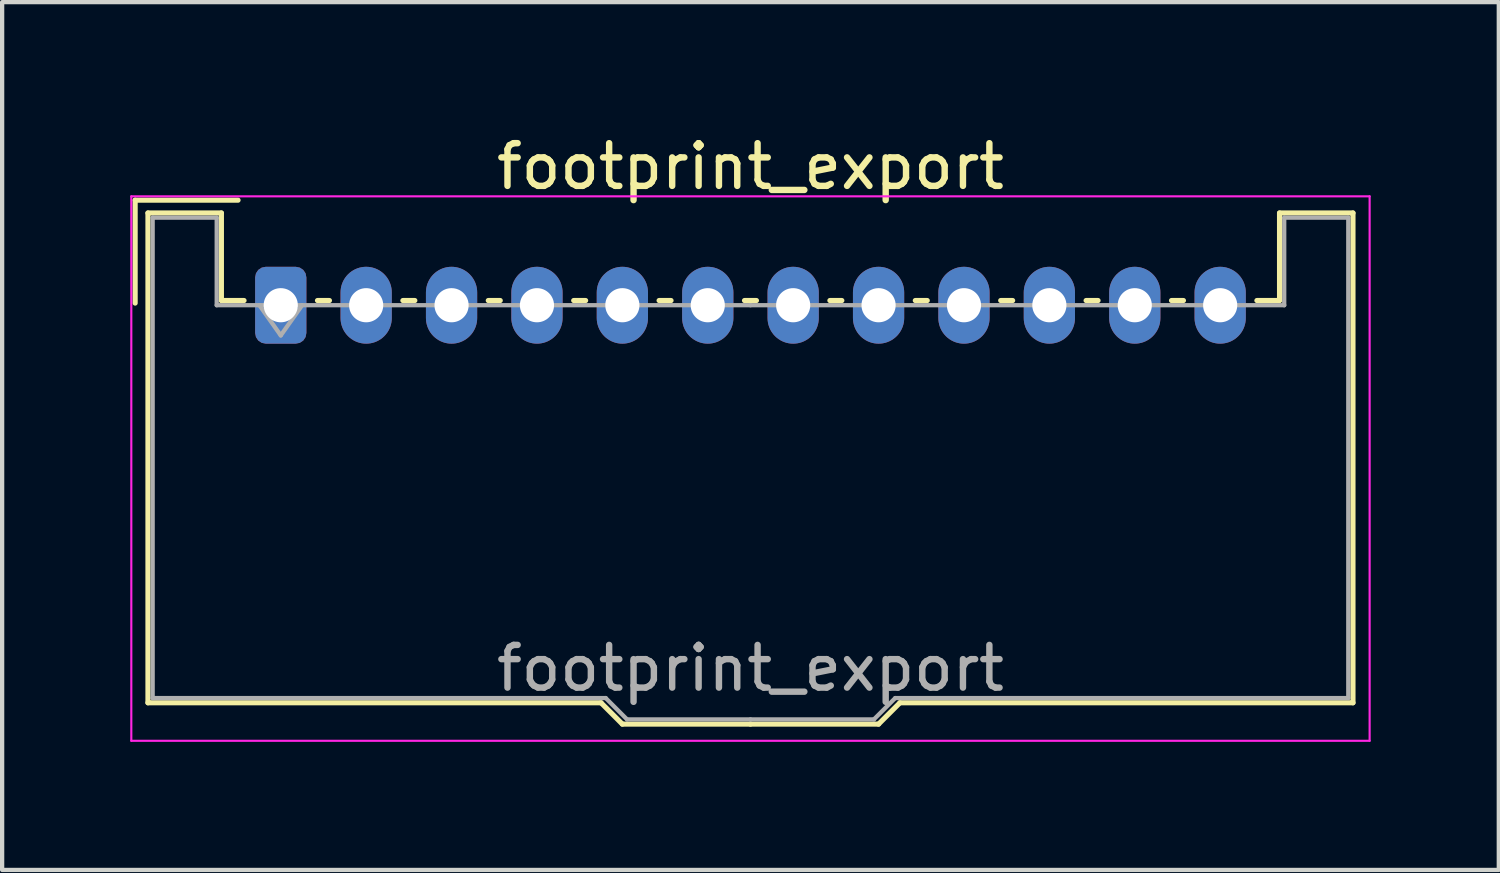
<source format=kicad_pcb>
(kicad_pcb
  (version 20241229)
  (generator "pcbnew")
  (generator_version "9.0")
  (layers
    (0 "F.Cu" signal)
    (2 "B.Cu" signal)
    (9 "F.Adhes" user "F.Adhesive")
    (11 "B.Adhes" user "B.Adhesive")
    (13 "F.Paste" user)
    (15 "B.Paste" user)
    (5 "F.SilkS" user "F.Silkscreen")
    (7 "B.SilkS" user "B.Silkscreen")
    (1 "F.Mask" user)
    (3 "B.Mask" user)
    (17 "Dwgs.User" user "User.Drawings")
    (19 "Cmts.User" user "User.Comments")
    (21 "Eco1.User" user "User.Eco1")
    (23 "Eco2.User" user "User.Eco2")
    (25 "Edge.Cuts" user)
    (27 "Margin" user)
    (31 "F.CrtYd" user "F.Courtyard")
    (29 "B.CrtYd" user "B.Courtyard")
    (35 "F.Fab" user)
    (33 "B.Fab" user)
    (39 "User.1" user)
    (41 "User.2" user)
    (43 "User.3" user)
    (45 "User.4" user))
  (footprint "footprint_export"
    (layer "F.Cu")
    (at 3.525 4.098)
    (property "Reference" "footprint_export" (at 11 -3.25 0) (layer "F.SilkS") (effects (font (size 1 1) (thickness 0.15))))
    (attr through_hole)
    (fp_line (start -3.41 -2.46) (end -1 -2.46) (stroke (width 0.12) (type solid)) (layer "F.SilkS"))
    (fp_line (start -3.41 -0.05) (end -3.41 -2.46) (stroke (width 0.12) (type solid)) (layer "F.SilkS"))
    (fp_line (start -3.11 -2.16) (end -1.39 -2.16) (stroke (width 0.12) (type solid)) (layer "F.SilkS"))
    (fp_line (start -3.11 9.31) (end -3.11 -2.16) (stroke (width 0.12) (type solid)) (layer "F.SilkS"))
    (fp_line (start -1.39 -2.16) (end -1.39 -0.11) (stroke (width 0.12) (type solid)) (layer "F.SilkS"))
    (fp_line (start -1.39 -0.11) (end -0.86 -0.11) (stroke (width 0.12) (type solid)) (layer "F.SilkS"))
    (fp_line (start 0.86 -0.11) (end 1.14 -0.11) (stroke (width 0.12) (type solid)) (layer "F.SilkS"))
    (fp_line (start 2.86 -0.11) (end 3.14 -0.11) (stroke (width 0.12) (type solid)) (layer "F.SilkS"))
    (fp_line (start 4.86 -0.11) (end 5.14 -0.11) (stroke (width 0.12) (type solid)) (layer "F.SilkS"))
    (fp_line (start 6.86 -0.11) (end 7.14 -0.11) (stroke (width 0.12) (type solid)) (layer "F.SilkS"))
    (fp_line (start 7.5 9.31) (end -3.11 9.31) (stroke (width 0.12) (type solid)) (layer "F.SilkS"))
    (fp_line (start 8 9.81) (end 7.5 9.31) (stroke (width 0.12) (type solid)) (layer "F.SilkS"))
    (fp_line (start 8.86 -0.11) (end 9.14 -0.11) (stroke (width 0.12) (type solid)) (layer "F.SilkS"))
    (fp_line (start 10.86 -0.11) (end 11.14 -0.11) (stroke (width 0.12) (type solid)) (layer "F.SilkS"))
    (fp_line (start 11 9.81) (end 8 9.81) (stroke (width 0.12) (type solid)) (layer "F.SilkS"))
    (fp_line (start 11 9.81) (end 14 9.81) (stroke (width 0.12) (type solid)) (layer "F.SilkS"))
    (fp_line (start 12.86 -0.11) (end 13.14 -0.11) (stroke (width 0.12) (type solid)) (layer "F.SilkS"))
    (fp_line (start 14 9.81) (end 14.5 9.31) (stroke (width 0.12) (type solid)) (layer "F.SilkS"))
    (fp_line (start 14.5 9.31) (end 25.11 9.31) (stroke (width 0.12) (type solid)) (layer "F.SilkS"))
    (fp_line (start 14.86 -0.11) (end 15.14 -0.11) (stroke (width 0.12) (type solid)) (layer "F.SilkS"))
    (fp_line (start 16.86 -0.11) (end 17.14 -0.11) (stroke (width 0.12) (type solid)) (layer "F.SilkS"))
    (fp_line (start 18.86 -0.11) (end 19.14 -0.11) (stroke (width 0.12) (type solid)) (layer "F.SilkS"))
    (fp_line (start 20.86 -0.11) (end 21.14 -0.11) (stroke (width 0.12) (type solid)) (layer "F.SilkS"))
    (fp_line (start 23.39 -2.16) (end 23.39 -0.11) (stroke (width 0.12) (type solid)) (layer "F.SilkS"))
    (fp_line (start 23.39 -0.11) (end 22.86 -0.11) (stroke (width 0.12) (type solid)) (layer "F.SilkS"))
    (fp_line (start 25.11 -2.16) (end 23.39 -2.16) (stroke (width 0.12) (type solid)) (layer "F.SilkS"))
    (fp_line (start 25.11 9.31) (end 25.11 -2.16) (stroke (width 0.12) (type solid)) (layer "F.SilkS"))
    (fp_line (start -3.5 -2.55) (end -3.5 10.2) (stroke (width 0.05) (type solid)) (layer "F.CrtYd"))
    (fp_line (start -3.5 10.2) (end 25.5 10.2) (stroke (width 0.05) (type solid)) (layer "F.CrtYd"))
    (fp_line (start 25.5 -2.55) (end -3.5 -2.55) (stroke (width 0.05) (type solid)) (layer "F.CrtYd"))
    (fp_line (start 25.5 10.2) (end 25.5 -2.55) (stroke (width 0.05) (type solid)) (layer "F.CrtYd"))
    (fp_line (start -3 -2.05) (end -1.5 -2.05) (stroke (width 0.1) (type solid)) (layer "F.Fab"))
    (fp_line (start -3 9.2) (end -3 -2.05) (stroke (width 0.1) (type solid)) (layer "F.Fab"))
    (fp_line (start -1.5 -2.05) (end -1.5 0) (stroke (width 0.1) (type solid)) (layer "F.Fab"))
    (fp_line (start -1.5 0) (end 11 0) (stroke (width 0.1) (type solid)) (layer "F.Fab"))
    (fp_line (start -0.5 0) (end 0 0.707) (stroke (width 0.1) (type solid)) (layer "F.Fab"))
    (fp_line (start 0 0.707) (end 0.5 0) (stroke (width 0.1) (type solid)) (layer "F.Fab"))
    (fp_line (start 7.61 9.2) (end -3 9.2) (stroke (width 0.1) (type solid)) (layer "F.Fab"))
    (fp_line (start 8.11 9.7) (end 7.61 9.2) (stroke (width 0.1) (type solid)) (layer "F.Fab"))
    (fp_line (start 11 9.7) (end 8.11 9.7) (stroke (width 0.1) (type solid)) (layer "F.Fab"))
    (fp_line (start 11 9.7) (end 13.89 9.7) (stroke (width 0.1) (type solid)) (layer "F.Fab"))
    (fp_line (start 13.89 9.7) (end 14.39 9.2) (stroke (width 0.1) (type solid)) (layer "F.Fab"))
    (fp_line (start 14.39 9.2) (end 25 9.2) (stroke (width 0.1) (type solid)) (layer "F.Fab"))
    (fp_line (start 23.5 -2.05) (end 23.5 0) (stroke (width 0.1) (type solid)) (layer "F.Fab"))
    (fp_line (start 23.5 0) (end 11 0) (stroke (width 0.1) (type solid)) (layer "F.Fab"))
    (fp_line (start 25 -2.05) (end 23.5 -2.05) (stroke (width 0.1) (type solid)) (layer "F.Fab"))
    (fp_line (start 25 9.2) (end 25 -2.05) (stroke (width 0.1) (type solid)) (layer "F.Fab"))
    (fp_text user "${REFERENCE}" (at 11 8.5 0) (layer "F.Fab") (effects (font (size 1 1) (thickness 0.15))))
    (pad "1" thru_hole roundrect (at 0 0) (size 1.2 1.8) (drill 0.8) (layers "*.Cu" "*.Mask") (roundrect_rratio 0.208))
    (pad "2" thru_hole oval (at 2 0) (size 1.2 1.8) (drill 0.8) (layers "*.Cu" "*.Mask"))
    (pad "3" thru_hole oval (at 4 0) (size 1.2 1.8) (drill 0.8) (layers "*.Cu" "*.Mask"))
    (pad "4" thru_hole oval (at 6 0) (size 1.2 1.8) (drill 0.8) (layers "*.Cu" "*.Mask"))
    (pad "5" thru_hole oval (at 8 0) (size 1.2 1.8) (drill 0.8) (layers "*.Cu" "*.Mask"))
    (pad "6" thru_hole oval (at 10 0) (size 1.2 1.8) (drill 0.8) (layers "*.Cu" "*.Mask"))
    (pad "7" thru_hole oval (at 12 0) (size 1.2 1.8) (drill 0.8) (layers "*.Cu" "*.Mask"))
    (pad "8" thru_hole oval (at 14 0) (size 1.2 1.8) (drill 0.8) (layers "*.Cu" "*.Mask"))
    (pad "9" thru_hole oval (at 16 0) (size 1.2 1.8) (drill 0.8) (layers "*.Cu" "*.Mask"))
    (pad "10" thru_hole oval (at 18 0) (size 1.2 1.8) (drill 0.8) (layers "*.Cu" "*.Mask"))
    (pad "11" thru_hole oval (at 20 0) (size 1.2 1.8) (drill 0.8) (layers "*.Cu" "*.Mask"))
    (pad "12" thru_hole oval (at 22 0) (size 1.2 1.8) (drill 0.8) (layers "*.Cu" "*.Mask")))
  (gr_rect
    (start -3 -3)
    (end 32.05 17.323)
    (stroke (width 0.1) (type default))
    (fill no)
    (layer "Edge.Cuts")))
</source>
